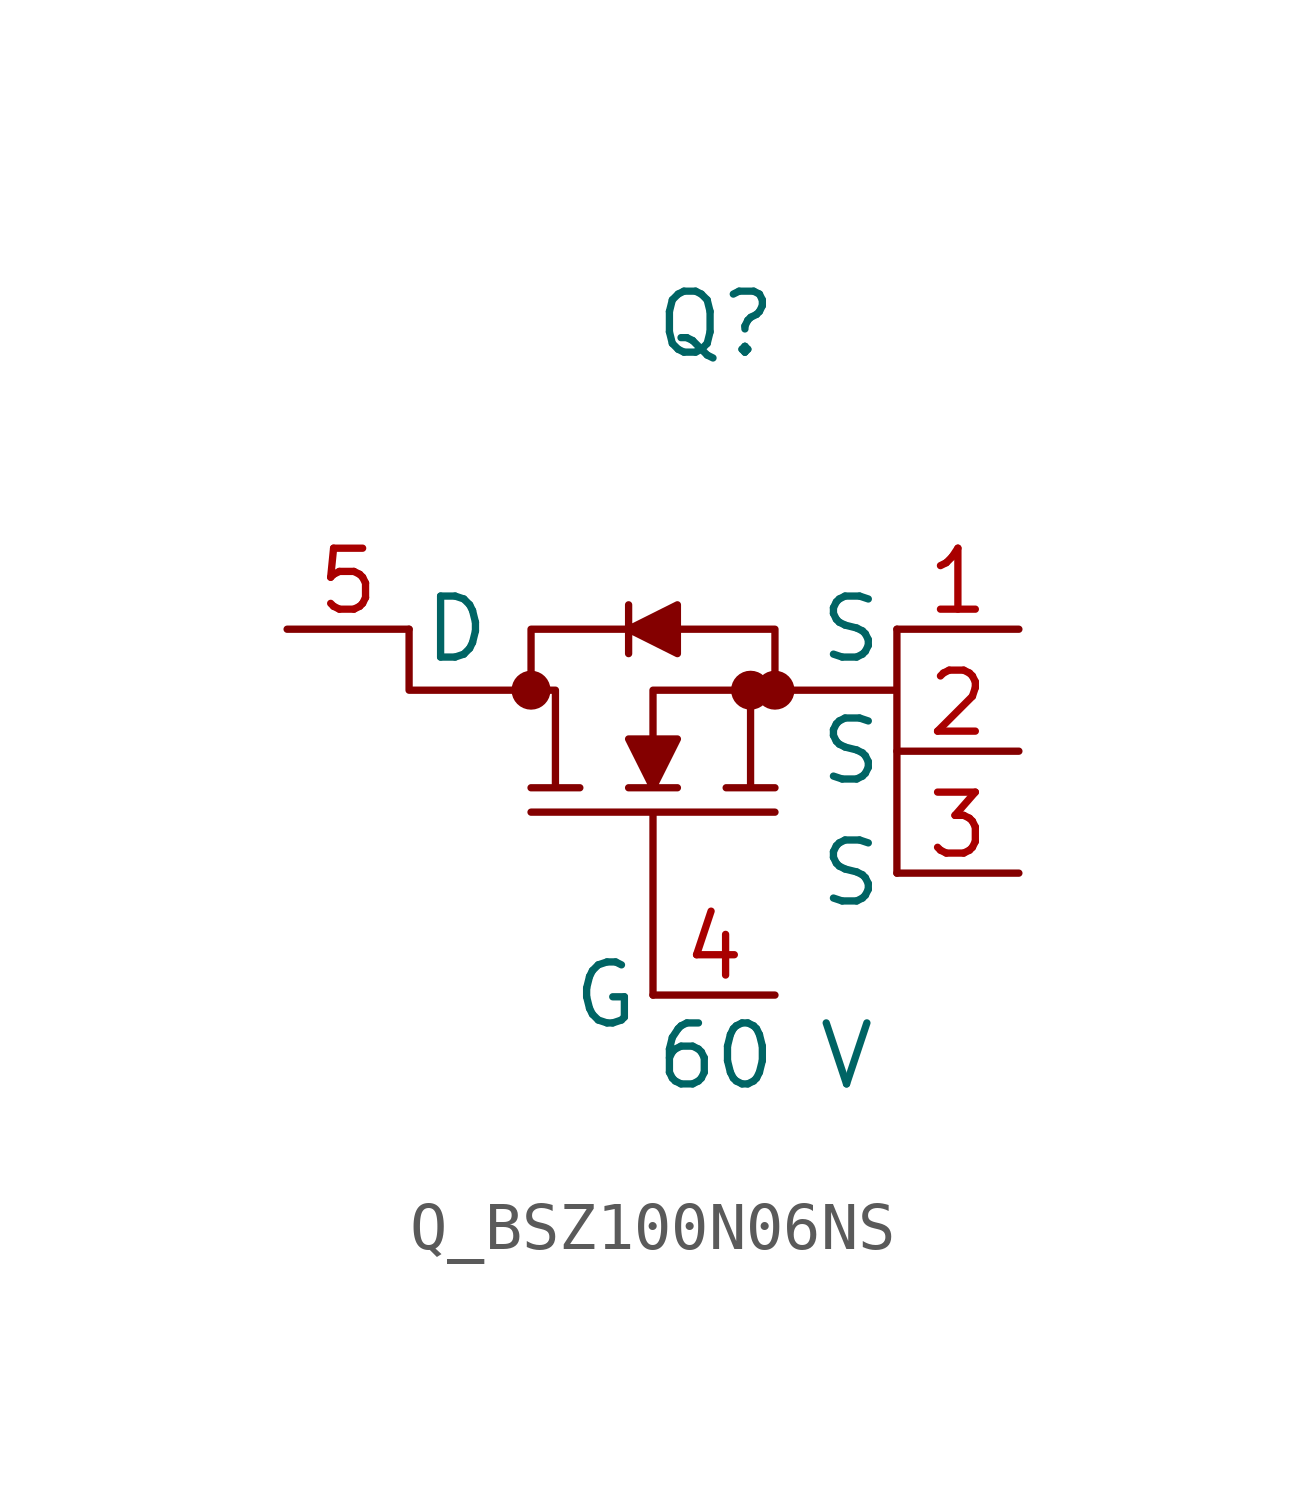
<source format=kicad_sym>
(kicad_symbol_lib
  (version 20231120)
  (generator kicad_symbol_editor)
  (generator_version 8.0)
  (symbol "Q_BSZ100N06NS"
    (pin_names
      (offset 0.254))
    (property "Reference" "Q"
      (at 0 7.62 0)
      (effects (font (size 1.27 1.27)) (justify left)))
    (property "Value" "60 V"
      (at 0 -7.62 0)
      (effects (font (size 1.27 1.27)) (justify left)))
    (symbol "Q_BSZ100N06NS_1_0"
      (polyline (pts (xy 0 -6.35) (xy 0 -2.54) (xy -2.54 -2.54) (xy 2.54 -2.54) (xy 0 -2.54) (xy 0 -6.35)) (stroke (width 0) (type default)) (fill (type none)))
      (polyline (pts (xy 5.08 1.27) (xy 5.08 0.0) (xy 2.54 0.0) (xy 2.54 1.27) (xy 0.508 1.27) (xy 0.508 1.778) (xy -0.508 1.27) (xy -0.508 1.778) (xy -0.508 1.27) (xy -2.54 1.27) (xy -2.54 0.0) (xy -5.08 0.0) (xy -5.08 1.27) (xy -5.08 0.0) (xy -2.032 0.0) (xy -2.032 -2.032) (xy -2.54 -2.032) (xy -1.524 -2.032) (xy -2.032 -2.032) (xy -2.032 0.0) (xy -2.54 0.0) (xy -2.54 1.27) (xy -0.508 1.27) (xy -0.508 0.762) (xy -0.508 1.27) (xy 0.508 0.762) (xy 0.508 1.27) (xy 2.54 1.27) (xy 2.54 0.0) (xy 0 0.0) (xy 0 -1.016) (xy -0.508 -1.016) (xy 0 -2.032) (xy -0.508 -2.032) (xy 0.508 -2.032) (xy 0 -2.032) (xy 0.508 -1.016) (xy 0 -1.016) (xy 0 0.0) (xy 2.032 0.0) (xy 2.032 -2.032) (xy 1.524 -2.032) (xy 2.54 -2.032) (xy 2.032 -2.032) (xy 2.032 0.0) (xy 5.08 0.0) (xy 5.08 -3.81)) (stroke (width 0) (type default)) (fill (type outline)))
      (circle (center -2.54 0.0) (radius 0.025) (stroke (width 0.381) (type default)) (fill (type none)))
      (circle (center 2.032 0.0) (radius 0.025) (stroke (width 0.381) (type default)) (fill (type none)))
      (circle (center 2.54 0.0) (radius 0.025) (stroke (width 0.381) (type default)) (fill (type none)))
      (pin unspecified line (at -7.62 1.27 0) (length 2.54) (name "D" (effects (font (size 1.27 1.27)))) (number "5" (effects (font (size 1.27 1.27)))))
      (pin unspecified line (at 7.62 1.27 180) (length 2.54) (name "S" (effects (font (size 1.27 1.27)))) (number "1" (effects (font (size 1.27 1.27)))))
      (pin unspecified line (at 7.62 -1.27 180) (length 2.54) (name "S" (effects (font (size 1.27 1.27)))) (number "2" (effects (font (size 1.27 1.27)))))
      (pin unspecified line (at 7.62 -3.81 180) (length 2.54) (name "S" (effects (font (size 1.27 1.27)))) (number "3" (effects (font (size 1.27 1.27)))))
      (pin unspecified line (at 2.54 -6.35 180) (length 2.54) (name "G" (effects (font (size 1.27 1.27)))) (number "4" (effects (font (size 1.27 1.27))))))))
</source>
